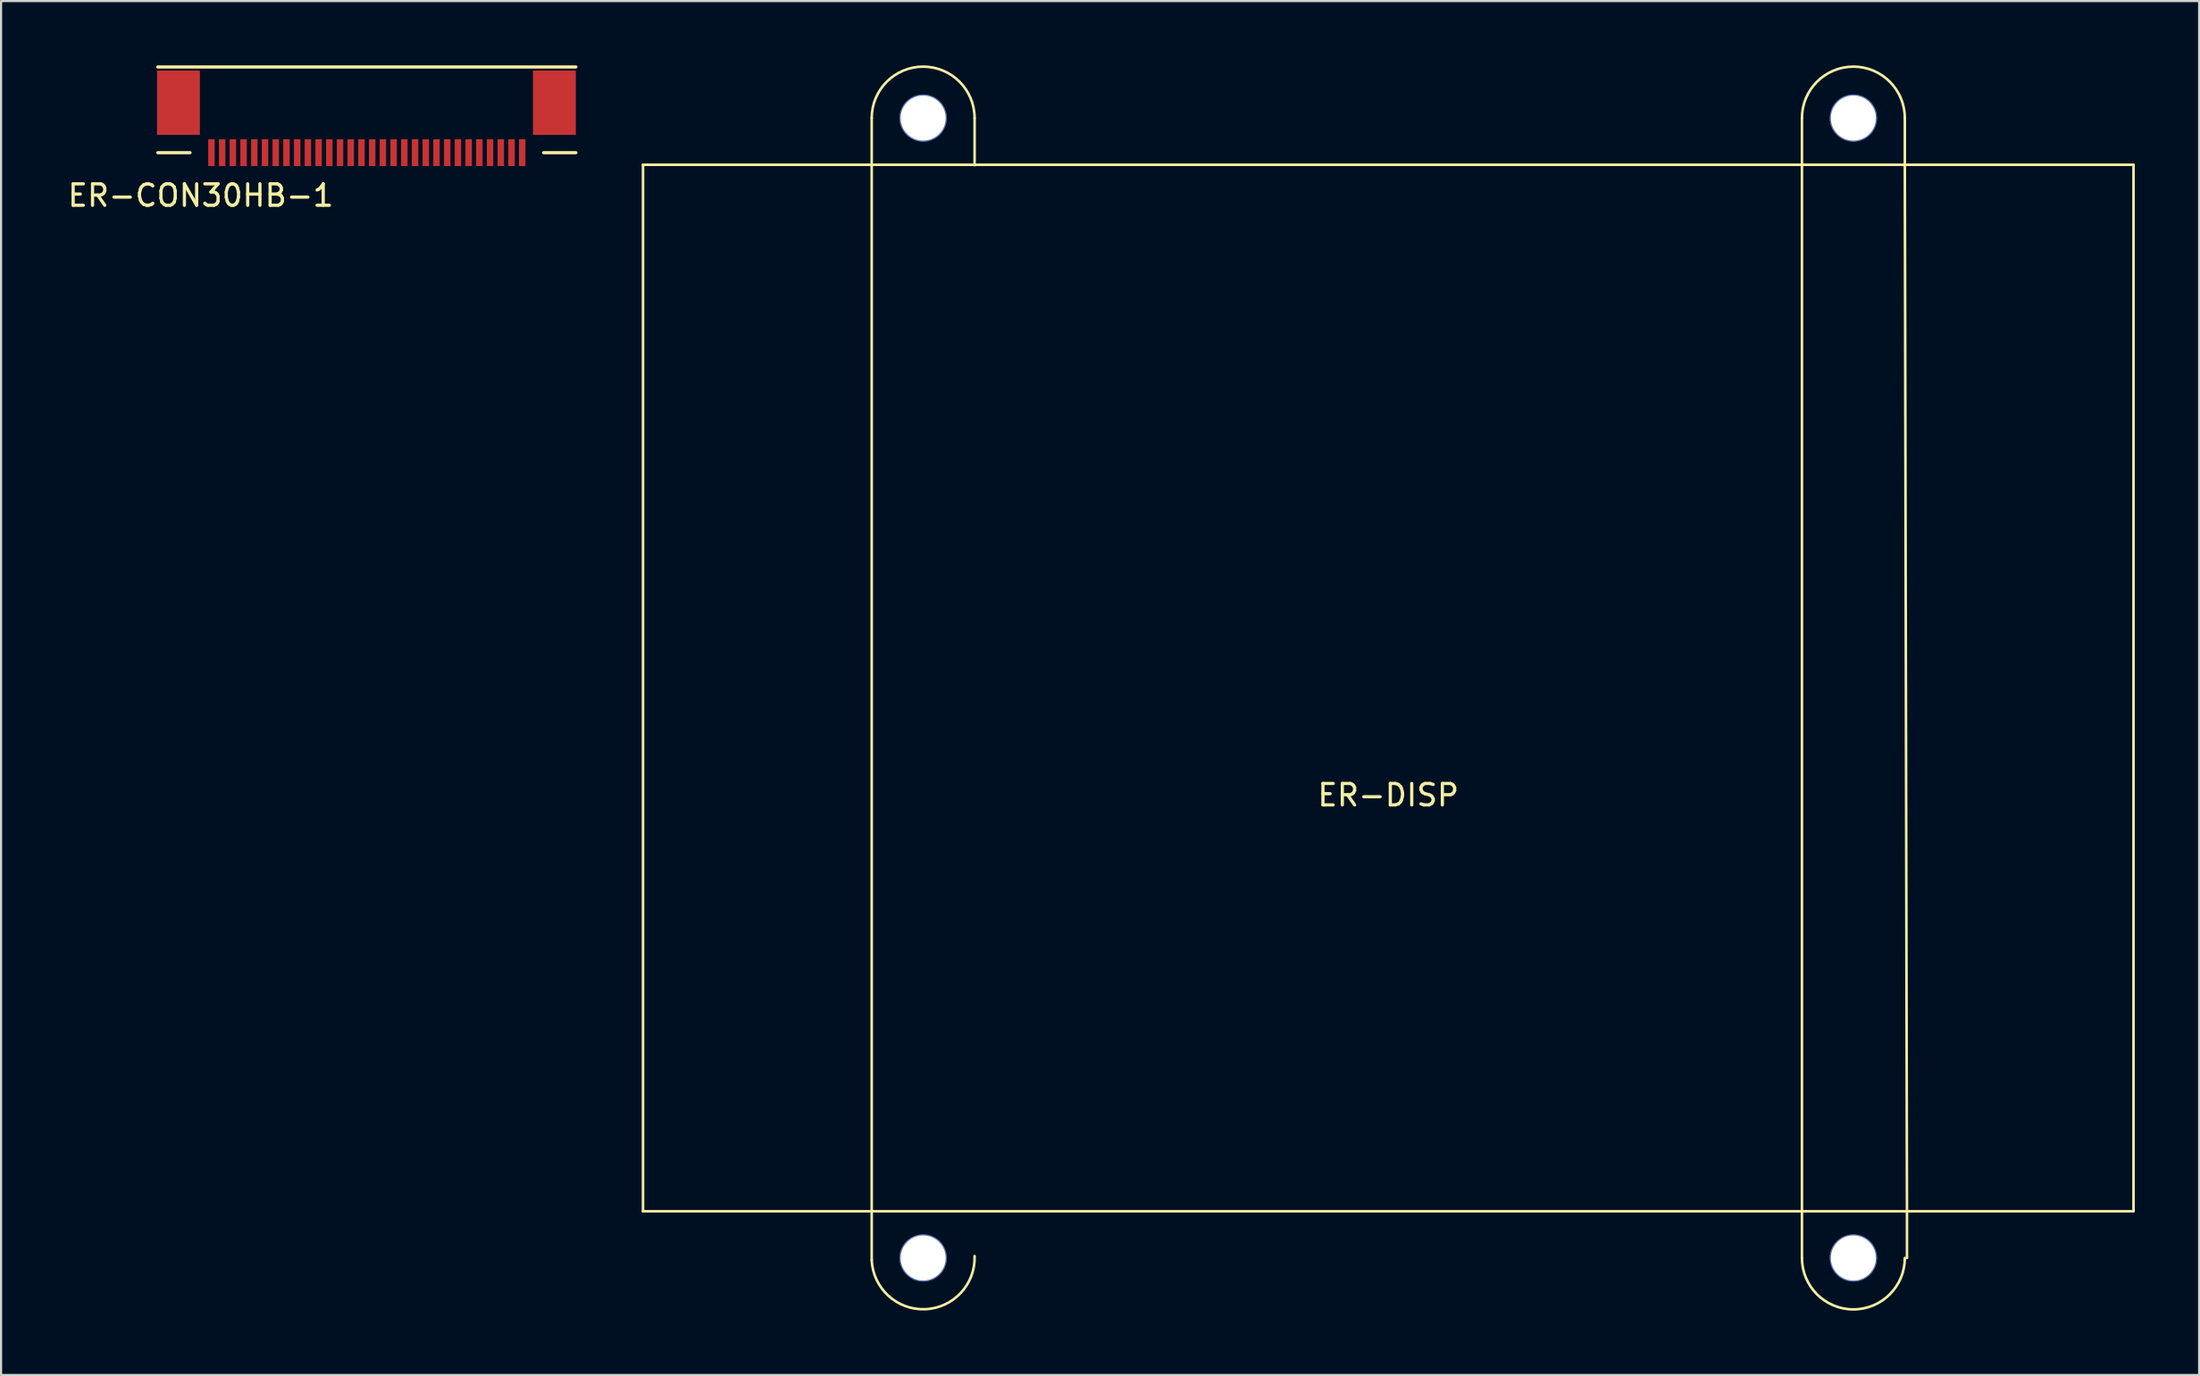
<source format=kicad_pcb>
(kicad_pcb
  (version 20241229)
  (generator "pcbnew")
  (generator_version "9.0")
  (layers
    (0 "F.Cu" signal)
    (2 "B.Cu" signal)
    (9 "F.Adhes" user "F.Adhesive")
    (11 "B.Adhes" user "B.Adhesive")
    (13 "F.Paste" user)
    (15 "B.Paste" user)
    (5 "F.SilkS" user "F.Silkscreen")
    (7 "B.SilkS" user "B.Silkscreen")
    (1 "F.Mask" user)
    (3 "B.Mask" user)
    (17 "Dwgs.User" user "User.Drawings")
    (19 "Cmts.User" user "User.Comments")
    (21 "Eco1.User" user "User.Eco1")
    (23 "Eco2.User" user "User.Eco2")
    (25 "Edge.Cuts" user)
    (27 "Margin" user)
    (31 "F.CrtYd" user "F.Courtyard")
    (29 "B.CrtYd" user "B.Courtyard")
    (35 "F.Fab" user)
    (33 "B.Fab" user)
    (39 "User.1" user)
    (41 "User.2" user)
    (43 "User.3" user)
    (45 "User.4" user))
  (footprint "ER-CON30HB-1"
    (layer "F.Cu")
    (at 6.815 4.075)
    (property "Reference" "ER-CON30HB-1" (at -0.5 2 0) (layer "F.SilkS") (effects (font (size 1 1) (thickness 0.15))))
    (attr through_hole)
    (fp_line (start -2.5 0) (end -1 0) (stroke (width 0.15) (type solid)) (layer "F.SilkS"))
    (fp_line (start 15.5 0) (end 17 0) (stroke (width 0.15) (type solid)) (layer "F.SilkS"))
    (fp_line (start 17 -4) (end -2.5 -4) (stroke (width 0.15) (type solid)) (layer "F.SilkS"))
    (pad "0" smd rect (at -1.54 -2.33) (size 2 3) (layers "F.Cu" "F.Mask" "F.Paste"))
    (pad "0" smd rect (at 16 -2.33) (size 2 3) (layers "F.Cu" "F.Mask" "F.Paste"))
    (pad "1" smd rect (at 0 0) (size 0.3 1.25) (layers "F.Cu" "F.Mask" "F.Paste"))
    (pad "2" smd rect (at 0.5 0) (size 0.3 1.25) (layers "F.Cu" "F.Mask" "F.Paste"))
    (pad "3" smd rect (at 1 0) (size 0.3 1.25) (layers "F.Cu" "F.Mask" "F.Paste"))
    (pad "4" smd rect (at 1.5 0) (size 0.3 1.25) (layers "F.Cu" "F.Mask" "F.Paste"))
    (pad "5" smd rect (at 2 0) (size 0.3 1.25) (layers "F.Cu" "F.Mask" "F.Paste"))
    (pad "6" smd rect (at 2.5 0) (size 0.3 1.25) (layers "F.Cu" "F.Mask" "F.Paste"))
    (pad "7" smd rect (at 3 0) (size 0.3 1.25) (layers "F.Cu" "F.Mask" "F.Paste"))
    (pad "8" smd rect (at 3.5 0) (size 0.3 1.25) (layers "F.Cu" "F.Mask" "F.Paste"))
    (pad "9" smd rect (at 4 0) (size 0.3 1.25) (layers "F.Cu" "F.Mask" "F.Paste"))
    (pad "10" smd rect (at 4.5 0) (size 0.3 1.25) (layers "F.Cu" "F.Mask" "F.Paste"))
    (pad "11" smd rect (at 5 0) (size 0.3 1.25) (layers "F.Cu" "F.Mask" "F.Paste"))
    (pad "12" smd rect (at 5.5 0) (size 0.3 1.25) (layers "F.Cu" "F.Mask" "F.Paste"))
    (pad "13" smd rect (at 6 0) (size 0.3 1.25) (layers "F.Cu" "F.Mask" "F.Paste"))
    (pad "14" smd rect (at 6.5 0) (size 0.3 1.25) (layers "F.Cu" "F.Mask" "F.Paste"))
    (pad "15" smd rect (at 7 0) (size 0.3 1.25) (layers "F.Cu" "F.Mask" "F.Paste"))
    (pad "16" smd rect (at 7.5 0) (size 0.3 1.25) (layers "F.Cu" "F.Mask" "F.Paste"))
    (pad "17" smd rect (at 8 0) (size 0.3 1.25) (layers "F.Cu" "F.Mask" "F.Paste"))
    (pad "18" smd rect (at 8.5 0) (size 0.3 1.25) (layers "F.Cu" "F.Mask" "F.Paste"))
    (pad "19" smd rect (at 9 0) (size 0.3 1.25) (layers "F.Cu" "F.Mask" "F.Paste"))
    (pad "20" smd rect (at 9.5 0) (size 0.3 1.25) (layers "F.Cu" "F.Mask" "F.Paste"))
    (pad "21" smd rect (at 10 0) (size 0.3 1.25) (layers "F.Cu" "F.Mask" "F.Paste"))
    (pad "22" smd rect (at 10.5 0) (size 0.3 1.25) (layers "F.Cu" "F.Mask" "F.Paste"))
    (pad "23" smd rect (at 11 0) (size 0.3 1.25) (layers "F.Cu" "F.Mask" "F.Paste"))
    (pad "24" smd rect (at 11.5 0) (size 0.3 1.25) (layers "F.Cu" "F.Mask" "F.Paste"))
    (pad "25" smd rect (at 12 0) (size 0.3 1.25) (layers "F.Cu" "F.Mask" "F.Paste"))
    (pad "26" smd rect (at 12.5 0) (size 0.3 1.25) (layers "F.Cu" "F.Mask" "F.Paste"))
    (pad "27" smd rect (at 13 0) (size 0.3 1.25) (layers "F.Cu" "F.Mask" "F.Paste"))
    (pad "28" smd rect (at 13.5 0) (size 0.3 1.25) (layers "F.Cu" "F.Mask" "F.Paste"))
    (pad "29" smd rect (at 14 0) (size 0.3 1.25) (layers "F.Cu" "F.Mask" "F.Paste"))
    (pad "30" smd rect (at 14.5 0) (size 0.3 1.25) (layers "F.Cu" "F.Mask" "F.Paste")))
  (footprint "ER-DISP"
    (layer "F.Cu")
    (at 61.72 29.06)
    (property "Reference" "ER-DISP" (at 0 5 0) (layer "F.SilkS") (effects (font (size 1 1) (thickness 0.15))))
    (attr through_hole)
    (fp_line (start -34.77 -24.42) (end 34.77 -24.42) (stroke (width 0.12) (type solid)) (layer "F.SilkS"))
    (fp_line (start -34.77 24.42) (end -34.77 -24.42) (stroke (width 0.12) (type solid)) (layer "F.SilkS"))
    (fp_line (start -24.1 -26.6) (end -24.1 -24.4) (stroke (width 0.12) (type solid)) (layer "F.SilkS"))
    (fp_line (start -24.1 -24.4) (end -24.1 24.4) (stroke (width 0.12) (type solid)) (layer "F.SilkS"))
    (fp_line (start -24.1 24.4) (end -24.1 26.7) (stroke (width 0.12) (type solid)) (layer "F.SilkS"))
    (fp_line (start -19.3 -26.6) (end -19.3 -24.4) (stroke (width 0.12) (type solid)) (layer "F.SilkS"))
    (fp_line (start 19.3 -26.6) (end 19.3 -24.4) (stroke (width 0.12) (type solid)) (layer "F.SilkS"))
    (fp_line (start 19.3 -24.4) (end 19.3 24.4) (stroke (width 0.12) (type solid)) (layer "F.SilkS"))
    (fp_line (start 19.3 24.4) (end 19.3 26.6) (stroke (width 0.12) (type solid)) (layer "F.SilkS"))
    (fp_line (start 24.1 -26.6) (end 24.1 -24.4) (stroke (width 0.12) (type solid)) (layer "F.SilkS"))
    (fp_line (start 24.1 -24.4) (end 24.2 24.4) (stroke (width 0.12) (type solid)) (layer "F.SilkS"))
    (fp_line (start 24.2 24.4) (end 24.2 26.6) (stroke (width 0.12) (type solid)) (layer "F.SilkS"))
    (fp_line (start 34.77 -24.42) (end 34.77 24.42) (stroke (width 0.12) (type solid)) (layer "F.SilkS"))
    (fp_line (start 34.77 24.42) (end -34.77 24.42) (stroke (width 0.12) (type solid)) (layer "F.SilkS"))
    (fp_arc (start -24.1 -26.6) (mid -21.7 -29) (end -19.3 -26.6) (stroke (width 0.12) (type solid)) (layer "F.SilkS"))
    (fp_arc (start -19.299563 26.511095) (mid -21.605547 29.000225) (end -24.1 26.7) (stroke (width 0.12) (type solid)) (layer "F.SilkS"))
    (fp_arc (start 19.3 -26.6) (mid 21.7 -29) (end 24.1 -26.6) (stroke (width 0.12) (type solid)) (layer "F.SilkS"))
    (fp_arc (start 24.1 26.6) (mid 21.7 29) (end 19.3 26.6) (stroke (width 0.12) (type solid)) (layer "F.SilkS"))
    (pad "" np_thru_hole circle (at -21.7 -26.6) (size 2.2 2.2) (drill 2.1) (layers "*.Cu" "*.Mask"))
    (pad "" np_thru_hole circle (at -21.7 26.6) (size 2.2 2.2) (drill 2.1) (layers "*.Cu" "*.Mask"))
    (pad "" np_thru_hole circle (at 21.7 -26.6) (size 2.2 2.2) (drill 2.1) (layers "*.Cu" "*.Mask"))
    (pad "" np_thru_hole circle (at 21.7 26.6) (size 2.2 2.2) (drill 2.1) (layers "*.Cu" "*.Mask")))
  (gr_rect
    (start -3 -3)
    (end 99.55 61.122)
    (stroke (width 0.1) (type default))
    (fill no)
    (layer "Edge.Cuts")))
</source>
